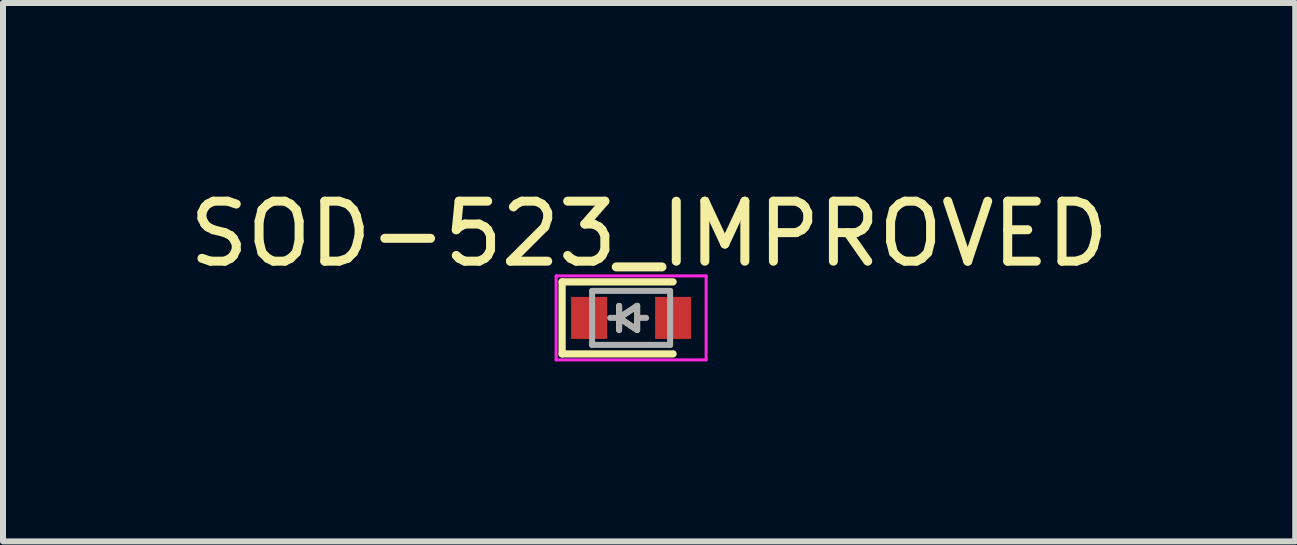
<source format=kicad_pcb>
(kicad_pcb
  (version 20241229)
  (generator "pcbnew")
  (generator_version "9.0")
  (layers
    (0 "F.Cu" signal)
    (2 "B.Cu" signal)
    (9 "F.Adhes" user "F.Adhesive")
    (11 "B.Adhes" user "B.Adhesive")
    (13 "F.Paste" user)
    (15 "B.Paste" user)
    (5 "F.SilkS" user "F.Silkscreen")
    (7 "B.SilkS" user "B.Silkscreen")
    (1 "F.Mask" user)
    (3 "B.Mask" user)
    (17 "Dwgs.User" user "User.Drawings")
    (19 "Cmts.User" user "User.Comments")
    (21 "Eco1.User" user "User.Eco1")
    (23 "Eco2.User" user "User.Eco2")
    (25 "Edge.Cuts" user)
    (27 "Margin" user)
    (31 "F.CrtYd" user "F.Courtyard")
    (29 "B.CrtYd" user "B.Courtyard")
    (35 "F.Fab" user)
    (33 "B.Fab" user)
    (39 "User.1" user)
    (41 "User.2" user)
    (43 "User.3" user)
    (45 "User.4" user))
  (footprint "SOD-523_IMPROVED"
    (layer "F.Cu")
    (at 7.468 2.248)
    (property "Reference" "SOD-523_IMPROVED" (at 0.3 -1.4 0) (layer "F.SilkS") (effects (font (size 1 1) (thickness 0.15))))
    (attr smd)
    (fp_line (start -1.15 -0.6) (end -1.15 0.6) (stroke (width 0.12) (type solid)) (layer "F.SilkS"))
    (fp_line (start -0.2 0) (end 0.1 0.2) (stroke (width 0.1) (type solid)) (layer "F.SilkS"))
    (fp_line (start -0.2 0.2) (end -0.2 -0.2) (stroke (width 0.1) (type solid)) (layer "F.SilkS"))
    (fp_line (start 0.1 -0.2) (end -0.2 0) (stroke (width 0.1) (type solid)) (layer "F.SilkS"))
    (fp_line (start 0.1 0.2) (end 0.1 -0.2) (stroke (width 0.1) (type solid)) (layer "F.SilkS"))
    (fp_line (start 0.7 -0.6) (end -1.15 -0.6) (stroke (width 0.12) (type solid)) (layer "F.SilkS"))
    (fp_line (start 0.7 0.6) (end -1.15 0.6) (stroke (width 0.12) (type solid)) (layer "F.SilkS"))
    (fp_line (start -1.25 -0.7) (end 1.25 -0.7) (stroke (width 0.05) (type solid)) (layer "F.CrtYd"))
    (fp_line (start -1.25 0.7) (end -1.25 -0.7) (stroke (width 0.05) (type solid)) (layer "F.CrtYd"))
    (fp_line (start 1.25 -0.7) (end 1.25 0.7) (stroke (width 0.05) (type solid)) (layer "F.CrtYd"))
    (fp_line (start 1.25 0.7) (end -1.25 0.7) (stroke (width 0.05) (type solid)) (layer "F.CrtYd"))
    (fp_line (start -0.65 -0.45) (end 0.65 -0.45) (stroke (width 0.1) (type solid)) (layer "F.Fab"))
    (fp_line (start -0.65 0.45) (end -0.65 -0.45) (stroke (width 0.1) (type solid)) (layer "F.Fab"))
    (fp_line (start -0.2 0) (end -0.35 0) (stroke (width 0.1) (type solid)) (layer "F.Fab"))
    (fp_line (start -0.2 0) (end 0.1 0.2) (stroke (width 0.1) (type solid)) (layer "F.Fab"))
    (fp_line (start -0.2 0.2) (end -0.2 -0.2) (stroke (width 0.1) (type solid)) (layer "F.Fab"))
    (fp_line (start 0.1 -0.2) (end -0.2 0) (stroke (width 0.1) (type solid)) (layer "F.Fab"))
    (fp_line (start 0.1 0) (end 0.25 0) (stroke (width 0.1) (type solid)) (layer "F.Fab"))
    (fp_line (start 0.1 0.2) (end 0.1 -0.2) (stroke (width 0.1) (type solid)) (layer "F.Fab"))
    (fp_line (start 0.65 -0.45) (end 0.65 0.45) (stroke (width 0.1) (type solid)) (layer "F.Fab"))
    (fp_line (start 0.65 0.45) (end -0.65 0.45) (stroke (width 0.1) (type solid)) (layer "F.Fab"))
    (pad "1" smd rect (at -0.7 0 180) (size 0.6 0.7) (layers "F.Cu" "F.Mask" "F.Paste"))
    (pad "2" smd rect (at 0.7 0 180) (size 0.6 0.7) (layers "F.Cu" "F.Mask" "F.Paste")))
  (gr_rect
    (start -3 -3)
    (end 18.536 5.973)
    (stroke (width 0.1) (type default))
    (fill no)
    (layer "Edge.Cuts")))
</source>
